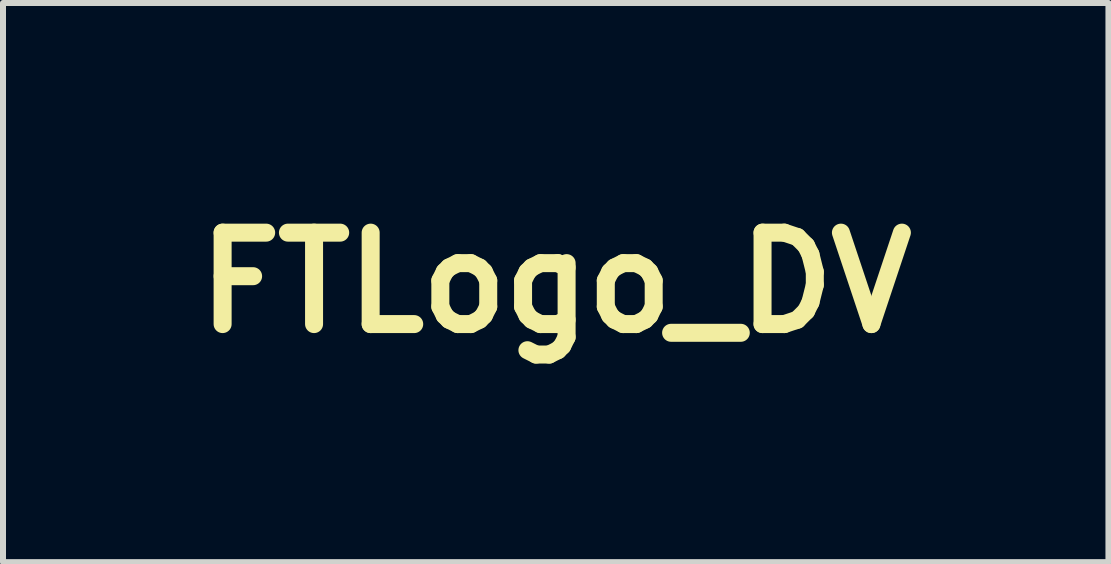
<source format=kicad_pcb>
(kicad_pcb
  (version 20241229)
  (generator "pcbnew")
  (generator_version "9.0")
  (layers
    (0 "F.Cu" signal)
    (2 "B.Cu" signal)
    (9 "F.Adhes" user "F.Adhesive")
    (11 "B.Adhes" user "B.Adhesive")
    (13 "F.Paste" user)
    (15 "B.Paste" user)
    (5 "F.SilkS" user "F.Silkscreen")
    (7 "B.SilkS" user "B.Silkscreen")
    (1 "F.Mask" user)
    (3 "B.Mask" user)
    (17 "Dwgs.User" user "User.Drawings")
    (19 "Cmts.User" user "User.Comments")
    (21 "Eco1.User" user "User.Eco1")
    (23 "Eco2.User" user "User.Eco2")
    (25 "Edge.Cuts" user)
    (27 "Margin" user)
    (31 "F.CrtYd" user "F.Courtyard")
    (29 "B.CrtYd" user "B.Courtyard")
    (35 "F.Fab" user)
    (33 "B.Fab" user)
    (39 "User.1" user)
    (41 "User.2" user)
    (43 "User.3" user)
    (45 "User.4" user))
  (footprint "FTLogo_DV"
    (layer "F.Cu")
    (at 6.212 1.662)
    (property "Reference" "FTLogo_DV" (at 0 0 0) (layer "F.SilkS") (effects (font (size 1.524 1.524) (thickness 0.3))))
    (attr through_hole)
    (fp_poly (pts (xy 1.161 1.04) (xy 0.689 1.04) (xy 0.689 1.651) (xy 0.472 1.651) (xy 0.472 1.04) (xy -0.454 1.04) (xy -0.454 1.651) (xy -0.671 1.651) (xy -0.671 1.04) (xy -1.143 1.04) (xy -1.143 0.835) (xy 1.161 0.835) (xy 1.161 1.04)) (stroke (width 0.01) (type solid)) (fill yes) (layer "F.Mask"))
    (fp_poly (pts (xy 1.397 1.439) (xy 2.159 1.439) (xy 2.159 0.835) (xy 2.377 0.835) (xy 2.376 1.151) (xy 2.374 1.467) (xy 2.356 1.5) (xy 2.33 1.537) (xy 2.297 1.573) (xy 2.259 1.605) (xy 2.222 1.627) (xy 2.18 1.648) (xy 1.787 1.65) (xy 1.394 1.651) (xy 1.345 1.627) (xy 1.295 1.596) (xy 1.253 1.558) (xy 1.22 1.512) (xy 1.197 1.462) (xy 1.185 1.407) (xy 1.185 1.404) (xy 1.184 1.388) (xy 1.183 1.361) (xy 1.182 1.326) (xy 1.181 1.283) (xy 1.18 1.234) (xy 1.18 1.18) (xy 1.18 1.124) (xy 1.18 1.096) (xy 1.179 0.835) (xy 1.397 0.835) (xy 1.397 1.439)) (stroke (width 0.01) (type solid)) (fill yes) (layer "F.Mask"))
    (fp_poly (pts (xy -3.695 1.04) (xy -4.62 1.04) (xy -4.62 1.131) (xy -3.695 1.131) (xy -3.695 1.337) (xy -4.62 1.337) (xy -4.62 1.651) (xy -4.838 1.651) (xy -4.838 1.399) (xy -4.838 1.32) (xy -4.837 1.252) (xy -4.837 1.195) (xy -4.835 1.147) (xy -4.834 1.106) (xy -4.831 1.072) (xy -4.828 1.045) (xy -4.825 1.022) (xy -4.82 1.003) (xy -4.815 0.986) (xy -4.809 0.972) (xy -4.808 0.97) (xy -4.793 0.944) (xy -4.775 0.921) (xy -4.764 0.91) (xy -4.726 0.883) (xy -4.682 0.861) (xy -4.635 0.846) (xy -4.608 0.841) (xy -4.594 0.84) (xy -4.569 0.839) (xy -4.534 0.838) (xy -4.49 0.837) (xy -4.438 0.836) (xy -4.379 0.836) (xy -4.314 0.835) (xy -4.244 0.835) (xy -4.17 0.835) (xy -4.129 0.835) (xy -3.695 0.835) (xy -3.695 1.04)) (stroke (width 0.01) (type solid)) (fill yes) (layer "F.Mask"))
    (fp_poly (pts (xy 2.938 0.836) (xy 3.438 0.838) (xy 3.478 0.857) (xy 3.526 0.885) (xy 3.563 0.919) (xy 3.591 0.961) (xy 3.61 1.011) (xy 3.614 1.028) (xy 3.619 1.061) (xy 3.618 1.093) (xy 3.613 1.128) (xy 3.601 1.168) (xy 3.594 1.188) (xy 3.576 1.237) (xy 3.596 1.276) (xy 3.619 1.329) (xy 3.631 1.378) (xy 3.633 1.426) (xy 3.624 1.472) (xy 3.623 1.475) (xy 3.602 1.522) (xy 3.571 1.563) (xy 3.53 1.598) (xy 3.479 1.626) (xy 3.462 1.633) (xy 3.426 1.648) (xy 2.932 1.65) (xy 2.437 1.652) (xy 2.437 1.349) (xy 2.649 1.349) (xy 2.649 1.439) (xy 3.405 1.439) (xy 3.405 1.349) (xy 2.649 1.349) (xy 2.437 1.349) (xy 2.437 1.04) (xy 2.649 1.04) (xy 2.649 1.131) (xy 3.393 1.131) (xy 3.393 1.04) (xy 2.649 1.04) (xy 2.437 1.04) (xy 2.437 0.834) (xy 2.938 0.836)) (stroke (width 0.01) (type solid)) (fill yes) (layer "F.Mask"))
    (fp_poly (pts (xy 4.693 0.859) (xy 4.74 0.891) (xy 4.779 0.93) (xy 4.808 0.975) (xy 4.827 1.025) (xy 4.832 1.051) (xy 4.834 1.069) (xy 4.835 1.098) (xy 4.837 1.133) (xy 4.838 1.172) (xy 4.838 1.213) (xy 4.838 1.22) (xy 4.838 1.349) (xy 3.907 1.349) (xy 3.907 1.439) (xy 4.838 1.439) (xy 4.838 1.651) (xy 4.41 1.65) (xy 4.338 1.65) (xy 4.268 1.649) (xy 4.201 1.649) (xy 4.139 1.649) (xy 4.082 1.648) (xy 4.033 1.648) (xy 3.991 1.647) (xy 3.958 1.646) (xy 3.936 1.646) (xy 3.928 1.645) (xy 3.899 1.643) (xy 3.877 1.639) (xy 3.857 1.632) (xy 3.836 1.621) (xy 3.835 1.621) (xy 3.801 1.599) (xy 3.766 1.57) (xy 3.737 1.538) (xy 3.716 1.51) (xy 3.701 1.483) (xy 3.704 1.04) (xy 3.907 1.04) (xy 3.907 1.131) (xy 4.62 1.131) (xy 4.62 1.04) (xy 3.907 1.04) (xy 3.704 1.04) (xy 3.704 0.993) (xy 3.731 0.953) (xy 3.758 0.919) (xy 3.791 0.891) (xy 3.831 0.868) (xy 3.863 0.854) (xy 3.904 0.838) (xy 4.279 0.838) (xy 4.654 0.838) (xy 4.693 0.859)) (stroke (width 0.01) (type solid)) (fill yes) (layer "F.Mask"))
    (fp_poly (pts (xy -1.497 -0.695) (xy -1.451 -0.676) (xy -1.397 -0.655) (xy -1.338 -0.634) (xy -1.279 -0.612) (xy -1.222 -0.593) (xy -1.17 -0.576) (xy -1.14 -0.566) (xy -1.116 -0.56) (xy -1.082 -0.551) (xy -1.04 -0.54) (xy -0.991 -0.528) (xy -0.937 -0.514) (xy -0.881 -0.501) (xy -0.824 -0.487) (xy -0.767 -0.473) (xy -0.712 -0.461) (xy -0.662 -0.449) (xy -0.617 -0.439) (xy -0.614 -0.439) (xy -0.557 -0.428) (xy -0.491 -0.417) (xy -0.415 -0.407) (xy -0.332 -0.398) (xy -0.243 -0.39) (xy -0.15 -0.382) (xy -0.054 -0.376) (xy 0.042 -0.37) (xy 0.138 -0.366) (xy 0.232 -0.364) (xy 0.318 -0.363) (xy 0.35 -0.363) (xy 0.381 -0.362) (xy 0.406 -0.361) (xy 0.422 -0.359) (xy 0.424 -0.359) (xy 0.447 -0.355) (xy 0.407 -0.306) (xy 0.39 -0.285) (xy 0.374 -0.268) (xy 0.362 -0.256) (xy 0.358 -0.253) (xy 0.349 -0.252) (xy 0.329 -0.251) (xy 0.302 -0.25) (xy 0.268 -0.25) (xy 0.229 -0.25) (xy 0.187 -0.25) (xy 0.144 -0.25) (xy 0.103 -0.251) (xy 0.079 -0.252) (xy -0.007 -0.256) (xy -0.102 -0.264) (xy -0.204 -0.275) (xy -0.312 -0.288) (xy -0.423 -0.303) (xy -0.535 -0.321) (xy -0.647 -0.341) (xy -0.755 -0.362) (xy -0.859 -0.384) (xy -0.95 -0.405) (xy -1.017 -0.423) (xy -1.091 -0.444) (xy -1.168 -0.468) (xy -1.247 -0.494) (xy -1.324 -0.52) (xy -1.397 -0.547) (xy -1.463 -0.572) (xy -1.511 -0.592) (xy -1.563 -0.614) (xy -1.565 -0.67) (xy -1.567 -0.725) (xy -1.497 -0.695)) (stroke (width 0.01) (type solid)) (fill yes) (layer "F.Mask"))
    (fp_poly (pts (xy -3.152 0.836) (xy -2.664 0.838) (xy -2.631 0.855) (xy -2.594 0.88) (xy -2.559 0.913) (xy -2.529 0.952) (xy -2.516 0.974) (xy -2.508 0.99) (xy -2.502 1.003) (xy -2.498 1.017) (xy -2.495 1.033) (xy -2.493 1.056) (xy -2.492 1.086) (xy -2.491 1.104) (xy -2.49 1.131) (xy -2.489 1.169) (xy -2.488 1.214) (xy -2.487 1.266) (xy -2.487 1.321) (xy -2.486 1.377) (xy -2.486 1.423) (xy -2.486 1.651) (xy -2.932 1.65) (xy -3.006 1.65) (xy -3.077 1.649) (xy -3.146 1.649) (xy -3.21 1.649) (xy -3.268 1.648) (xy -3.32 1.648) (xy -3.363 1.647) (xy -3.398 1.647) (xy -3.423 1.646) (xy -3.435 1.645) (xy -3.466 1.643) (xy -3.489 1.639) (xy -3.509 1.633) (xy -3.531 1.623) (xy -3.535 1.621) (xy -3.576 1.596) (xy -3.614 1.563) (xy -3.645 1.525) (xy -3.66 1.498) (xy -3.667 1.483) (xy -3.672 1.469) (xy -3.675 1.454) (xy -3.676 1.435) (xy -3.677 1.408) (xy -3.677 1.389) (xy -3.677 1.357) (xy -3.676 1.343) (xy -3.459 1.343) (xy -3.459 1.439) (xy -2.703 1.439) (xy -2.703 1.343) (xy -3.459 1.343) (xy -3.676 1.343) (xy -3.676 1.334) (xy -3.674 1.318) (xy -3.671 1.305) (xy -3.665 1.292) (xy -3.66 1.283) (xy -3.632 1.241) (xy -3.595 1.203) (xy -3.552 1.172) (xy -3.506 1.15) (xy -3.479 1.142) (xy -3.466 1.141) (xy -3.442 1.139) (xy -3.406 1.138) (xy -3.359 1.136) (xy -3.302 1.135) (xy -3.236 1.134) (xy -3.159 1.133) (xy -3.077 1.133) (xy -2.703 1.13) (xy -2.703 1.04) (xy -3.641 1.04) (xy -3.641 0.834) (xy -3.152 0.836)) (stroke (width 0.01) (type solid)) (fill yes) (layer "F.Mask"))
    (fp_poly (pts (xy -1.216 1.04) (xy -2.201 1.04) (xy -2.201 1.131) (xy -1.825 1.131) (xy -1.757 1.131) (xy -1.692 1.132) (xy -1.63 1.132) (xy -1.573 1.133) (xy -1.522 1.133) (xy -1.478 1.134) (xy -1.443 1.135) (xy -1.417 1.136) (xy -1.403 1.136) (xy -1.402 1.136) (xy -1.346 1.148) (xy -1.295 1.171) (xy -1.248 1.206) (xy -1.239 1.213) (xy -1.203 1.255) (xy -1.178 1.301) (xy -1.164 1.351) (xy -1.162 1.405) (xy -1.167 1.448) (xy -1.182 1.494) (xy -1.207 1.536) (xy -1.24 1.573) (xy -1.281 1.604) (xy -1.327 1.628) (xy -1.378 1.643) (xy -1.392 1.645) (xy -1.405 1.646) (xy -1.429 1.647) (xy -1.464 1.648) (xy -1.507 1.648) (xy -1.558 1.649) (xy -1.616 1.65) (xy -1.68 1.65) (xy -1.748 1.65) (xy -1.821 1.651) (xy -1.896 1.651) (xy -1.91 1.651) (xy -2.383 1.651) (xy -2.383 1.549) (xy -2.383 1.512) (xy -2.382 1.485) (xy -2.382 1.466) (xy -2.38 1.455) (xy -2.378 1.448) (xy -2.374 1.445) (xy -2.369 1.443) (xy -2.369 1.443) (xy -2.361 1.443) (xy -2.342 1.442) (xy -2.312 1.442) (xy -2.274 1.441) (xy -2.227 1.441) (xy -2.172 1.44) (xy -2.111 1.44) (xy -2.045 1.44) (xy -1.973 1.44) (xy -1.899 1.439) (xy -1.867 1.439) (xy -1.379 1.439) (xy -1.379 1.349) (xy -1.692 1.348) (xy -1.757 1.348) (xy -1.822 1.348) (xy -1.885 1.347) (xy -1.945 1.347) (xy -2 1.346) (xy -2.048 1.345) (xy -2.088 1.344) (xy -2.117 1.344) (xy -2.117 1.344) (xy -2.229 1.34) (xy -2.274 1.317) (xy -2.321 1.29) (xy -2.359 1.259) (xy -2.388 1.223) (xy -2.405 1.193) (xy -2.416 1.17) (xy -2.423 1.153) (xy -2.426 1.136) (xy -2.428 1.115) (xy -2.428 1.089) (xy -2.425 1.043) (xy -2.416 1.006) (xy -2.399 0.972) (xy -2.372 0.939) (xy -2.359 0.925) (xy -2.316 0.889) (xy -2.269 0.863) (xy -2.218 0.847) (xy -2.174 0.841) (xy -2.158 0.84) (xy -2.131 0.839) (xy -2.094 0.838) (xy -2.049 0.837) (xy -1.996 0.836) (xy -1.936 0.836) (xy -1.871 0.835) (xy -1.801 0.835) (xy -1.729 0.835) (xy -1.665 0.835) (xy -1.216 0.835) (xy -1.216 1.04)) (stroke (width 0.01) (type solid)) (fill yes) (layer "F.Mask"))
    (fp_poly (pts (xy -1.894 -1.145) (xy -1.896 -0.634) (xy -1.92 -0.613) (xy -1.939 -0.599) (xy -1.962 -0.588) (xy -1.99 -0.579) (xy -2.028 -0.572) (xy -2.068 -0.565) (xy -2.094 -0.563) (xy -2.13 -0.56) (xy -2.174 -0.557) (xy -2.223 -0.554) (xy -2.276 -0.551) (xy -2.331 -0.549) (xy -2.384 -0.547) (xy -2.435 -0.545) (xy -2.481 -0.544) (xy -2.501 -0.544) (xy -2.567 -0.544) (xy -2.534 -0.513) (xy -2.441 -0.434) (xy -2.34 -0.361) (xy -2.229 -0.293) (xy -2.109 -0.229) (xy -1.979 -0.171) (xy -1.84 -0.117) (xy -1.689 -0.068) (xy -1.528 -0.023) (xy -1.356 0.017) (xy -1.35 0.018) (xy -1.277 0.034) (xy -1.206 0.048) (xy -1.136 0.061) (xy -1.065 0.073) (xy -0.993 0.085) (xy -0.918 0.095) (xy -0.839 0.106) (xy -0.755 0.116) (xy -0.665 0.126) (xy -0.568 0.136) (xy -0.463 0.146) (xy -0.348 0.156) (xy -0.223 0.167) (xy -0.168 0.172) (xy -0.107 0.177) (xy -0.051 0.182) (xy 0.001 0.186) (xy 0.047 0.191) (xy 0.086 0.194) (xy 0.116 0.197) (xy 0.137 0.2) (xy 0.148 0.201) (xy 0.149 0.202) (xy 0.148 0.208) (xy 0.143 0.224) (xy 0.134 0.245) (xy 0.122 0.272) (xy 0.118 0.279) (xy 0.096 0.327) (xy 0.074 0.376) (xy 0.052 0.424) (xy 0.033 0.469) (xy 0.015 0.512) (xy -0.001 0.55) (xy -0.013 0.581) (xy -0.022 0.606) (xy -0.027 0.622) (xy -0.027 0.628) (xy -0.02 0.629) (xy -0.003 0.629) (xy 0.025 0.63) (xy 0.063 0.631) (xy 0.109 0.631) (xy 0.163 0.632) (xy 0.224 0.632) (xy 0.29 0.633) (xy 0.362 0.633) (xy 0.439 0.633) (xy 0.512 0.634) (xy 0.607 0.634) (xy 0.691 0.634) (xy 0.764 0.634) (xy 0.827 0.634) (xy 0.881 0.634) (xy 0.926 0.634) (xy 0.962 0.633) (xy 0.992 0.633) (xy 1.014 0.632) (xy 1.03 0.631) (xy 1.041 0.63) (xy 1.047 0.629) (xy 1.049 0.628) (xy 1.05 0.619) (xy 1.054 0.601) (xy 1.058 0.577) (xy 1.061 0.562) (xy 1.078 0.489) (xy 1.103 0.412) (xy 1.135 0.334) (xy 1.171 0.26) (xy 1.211 0.192) (xy 1.211 0.192) (xy 1.276 0.103) (xy 1.349 0.023) (xy 1.43 -0.049) (xy 1.517 -0.111) (xy 1.61 -0.165) (xy 1.708 -0.209) (xy 1.809 -0.243) (xy 1.914 -0.267) (xy 2.022 -0.28) (xy 2.13 -0.282) (xy 2.24 -0.273) (xy 2.316 -0.259) (xy 2.382 -0.243) (xy 2.444 -0.223) (xy 2.507 -0.198) (xy 2.567 -0.169) (xy 2.636 -0.133) (xy 2.696 -0.094) (xy 2.752 -0.051) (xy 2.808 -0.001) (xy 2.826 0.016) (xy 2.871 0.062) (xy 2.908 0.103) (xy 2.94 0.142) (xy 2.968 0.181) (xy 2.994 0.224) (xy 3.02 0.273) (xy 3.046 0.324) (xy 3.069 0.374) (xy 3.088 0.423) (xy 3.104 0.473) (xy 3.118 0.529) (xy 3.127 0.572) (xy 3.141 0.635) (xy 4.352 0.635) (xy 4.407 0.522) (xy 4.437 0.458) (xy 4.461 0.404) (xy 4.479 0.358) (xy 4.491 0.32) (xy 4.496 0.296) (xy 4.496 0.277) (xy 4.487 0.259) (xy 4.47 0.24) (xy 4.442 0.218) (xy 4.434 0.212) (xy 4.382 0.18) (xy 4.32 0.147) (xy 4.247 0.112) (xy 4.164 0.076) (xy 4.073 0.039) (xy 3.973 0.001) (xy 3.865 -0.038) (xy 3.75 -0.077) (xy 3.629 -0.116) (xy 3.503 -0.155) (xy 3.372 -0.193) (xy 3.237 -0.231) (xy 3.098 -0.268) (xy 2.957 -0.304) (xy 2.814 -0.339) (xy 2.67 -0.372) (xy 2.658 -0.374) (xy 2.514 -0.405) (xy 2.367 -0.434) (xy 2.218 -0.461) (xy 2.069 -0.486) (xy 1.919 -0.51) (xy 1.772 -0.531) (xy 1.627 -0.549) (xy 1.487 -0.565) (xy 1.352 -0.579) (xy 1.225 -0.589) (xy 1.105 -0.596) (xy 0.996 -0.6) (xy 0.937 -0.601) (xy 0.879 -0.601) (xy 0.832 -0.601) (xy 0.793 -0.599) (xy 0.762 -0.596) (xy 0.736 -0.592) (xy 0.713 -0.585) (xy 0.693 -0.577) (xy 0.673 -0.566) (xy 0.653 -0.553) (xy 0.651 -0.552) (xy 0.624 -0.533) (xy 0.597 -0.513) (xy 0.573 -0.495) (xy 0.566 -0.49) (xy 0.541 -0.471) (xy 0.522 -0.457) (xy 0.507 -0.448) (xy 0.492 -0.444) (xy 0.475 -0.442) (xy 0.452 -0.442) (xy 0.428 -0.443) (xy 0.399 -0.445) (xy 0.376 -0.446) (xy 0.359 -0.448) (xy 0.352 -0.45) (xy 0.354 -0.456) (xy 0.364 -0.468) (xy 0.38 -0.485) (xy 0.401 -0.506) (xy 0.425 -0.529) (xy 0.45 -0.552) (xy 0.475 -0.574) (xy 0.498 -0.594) (xy 0.518 -0.61) (xy 0.532 -0.62) (xy 0.574 -0.645) (xy 0.616 -0.668) (xy 0.656 -0.686) (xy 0.69 -0.698) (xy 0.726 -0.706) (xy 0.774 -0.711) (xy 0.833 -0.715) (xy 0.901 -0.716) (xy 0.978 -0.715) (xy 1.063 -0.712) (xy 1.156 -0.706) (xy 1.256 -0.699) (xy 1.362 -0.69) (xy 1.473 -0.679) (xy 1.59 -0.666) (xy 1.71 -0.652) (xy 1.834 -0.635) (xy 1.96 -0.617) (xy 2.008 -0.61) (xy 2.146 -0.589) (xy 2.275 -0.567) (xy 2.397 -0.545) (xy 2.517 -0.522) (xy 2.635 -0.498) (xy 2.757 -0.471) (xy 2.839 -0.453) (xy 3.043 -0.405) (xy 3.235 -0.357) (xy 3.415 -0.309) (xy 3.584 -0.261) (xy 3.741 -0.214) (xy 3.886 -0.167) (xy 4.019 -0.12) (xy 4.14 -0.073) (xy 4.249 -0.027) (xy 4.321 0.006) (xy 4.377 0.035) (xy 4.431 0.066) (xy 4.48 0.097) (xy 4.523 0.128) (xy 4.561 0.158) (xy 4.59 0.186) (xy 4.611 0.211) (xy 4.623 0.233) (xy 4.624 0.238) (xy 4.625 0.258) (xy 4.622 0.283) (xy 4.615 0.313) (xy 4.603 0.35) (xy 4.586 0.393) (xy 4.564 0.445) (xy 4.535 0.506) (xy 4.526 0.525) (xy 4.51 0.558) (xy 4.497 0.587) (xy 4.486 0.61) (xy 4.478 0.626) (xy 4.475 0.633) (xy 4.475 0.633) (xy 4.481 0.633) (xy 4.497 0.634) (xy 4.523 0.634) (xy 4.556 0.635) (xy 4.595 0.635) (xy 4.639 0.635) (xy 4.654 0.635) (xy 4.832 0.635) (xy 4.832 0.683) (xy -4.838 0.683) (xy -4.838 0.635) (xy -4.593 0.635) (xy -4.591 0.625) (xy -4.47 0.625) (xy -4.468 0.63) (xy -4.467 0.63) (xy -4.461 0.631) (xy -4.442 0.631) (xy -4.413 0.632) (xy -4.374 0.632) (xy -4.326 0.633) (xy -4.268 0.633) (xy -4.202 0.633) (xy -4.129 0.634) (xy -4.049 0.634) (xy -3.962 0.634) (xy -3.87 0.635) (xy -3.773 0.635) (xy -3.672 0.635) (xy -3.567 0.635) (xy -3.497 0.635) (xy -3.369 0.635) (xy -3.253 0.635) (xy -3.148 0.635) (xy -3.053 0.635) (xy -2.968 0.635) (xy -2.893 0.634) (xy -2.826 0.634) (xy -2.768 0.634) (xy -2.718 0.634) (xy -2.675 0.633) (xy -2.64 0.633) (xy -2.61 0.632) (xy -2.586 0.632) (xy -2.567 0.631) (xy -2.553 0.63) (xy -2.544 0.629) (xy -2.537 0.628) (xy -2.534 0.627) (xy -2.534 0.626) (xy -2.536 0.605) (xy -2.542 0.575) (xy -2.552 0.538) (xy -2.564 0.497) (xy -2.578 0.455) (xy -2.593 0.413) (xy -2.608 0.374) (xy -2.623 0.34) (xy -2.629 0.328) (xy -2.682 0.236) (xy -2.745 0.151) (xy -2.817 0.073) (xy -2.896 0.003) (xy -2.982 -0.058) (xy -3.074 -0.11) (xy -3.171 -0.152) (xy -3.272 -0.183) (xy -3.296 -0.188) (xy -3.318 -0.193) (xy -3.339 -0.196) (xy -3.36 -0.199) (xy -3.385 -0.201) (xy -3.414 -0.202) (xy -3.452 -0.202) (xy -3.498 -0.202) (xy -3.502 -0.202) (xy -3.551 -0.202) (xy -3.59 -0.202) (xy -3.622 -0.201) (xy -3.647 -0.199) (xy -3.669 -0.196) (xy -3.689 -0.193) (xy -3.695 -0.191) (xy -3.803 -0.162) (xy -3.904 -0.123) (xy -4 -0.073) (xy -4.088 -0.015) (xy -4.169 0.052) (xy -4.242 0.128) (xy -4.307 0.211) (xy -4.362 0.301) (xy -4.408 0.398) (xy -4.444 0.501) (xy -4.46 0.562) (xy -4.467 0.592) (xy -4.47 0.613) (xy -4.47 0.625) (xy -4.591 0.625) (xy -4.582 0.576) (xy -4.569 0.519) (xy -4.55 0.456) (xy -4.527 0.391) (xy -4.501 0.326) (xy -4.473 0.263) (xy -4.444 0.207) (xy -4.415 0.159) (xy -4.408 0.147) (xy -4.373 0.102) (xy -4.333 0.054) (xy -4.289 0.007) (xy -4.245 -0.036) (xy -4.218 -0.06) (xy -4.128 -0.129) (xy -4.036 -0.187) (xy -3.942 -0.234) (xy -3.843 -0.271) (xy -3.739 -0.298) (xy -3.627 -0.317) (xy -3.578 -0.322) (xy -3.472 -0.325) (xy -3.365 -0.317) (xy -3.259 -0.297) (xy -3.154 -0.267) (xy -3.051 -0.226) (xy -2.952 -0.176) (xy -2.858 -0.116) (xy -2.774 -0.05) (xy -2.715 0.007) (xy -2.656 0.074) (xy -2.601 0.149) (xy -2.551 0.229) (xy -2.51 0.305) (xy -2.496 0.337) (xy -2.481 0.376) (xy -2.467 0.419) (xy -2.453 0.463) (xy -2.44 0.507) (xy -2.43 0.548) (xy -2.423 0.583) (xy -2.419 0.61) (xy -2.419 0.617) (xy -2.419 0.635) (xy -2.395 0.635) (xy 1.166 0.635) (xy 3.024 0.635) (xy 3.02 0.618) (xy 3.003 0.546) (xy 2.985 0.482) (xy 2.965 0.426) (xy 2.943 0.374) (xy 2.918 0.324) (xy 2.888 0.273) (xy 2.873 0.249) (xy 2.847 0.213) (xy 2.813 0.172) (xy 2.775 0.13) (xy 2.734 0.089) (xy 2.693 0.051) (xy 2.654 0.018) (xy 2.649 0.015) (xy 2.612 -0.011) (xy 2.566 -0.038) (xy 2.517 -0.065) (xy 2.468 -0.089) (xy 2.423 -0.108) (xy 2.413 -0.112) (xy 2.311 -0.142) (xy 2.208 -0.16) (xy 2.105 -0.167) (xy 2.002 -0.163) (xy 1.901 -0.147) (xy 1.802 -0.121) (xy 1.707 -0.083) (xy 1.615 -0.035) (xy 1.529 0.023) (xy 1.449 0.091) (xy 1.383 0.161) (xy 1.324 0.238) (xy 1.272 0.32) (xy 1.23 0.405) (xy 1.197 0.492) (xy 1.175 0.58) (xy 1.17 0.607) (xy 1.166 0.635) (xy -2.395 0.635) (xy -1.288 0.634) (xy -0.157 0.632) (xy -0.121 0.539) (xy -0.105 0.5) (xy -0.088 0.458) (xy -0.071 0.416) (xy -0.056 0.381) (xy -0.053 0.373) (xy -0.021 0.299) (xy -0.26 0.279) (xy -0.416 0.266) (xy -0.562 0.252) (xy -0.697 0.238) (xy -0.824 0.223) (xy -0.943 0.208) (xy -1.054 0.191) (xy -1.161 0.174) (xy -1.262 0.155) (xy -1.36 0.136) (xy -1.448 0.116) (xy -1.613 0.074) (xy -1.769 0.028) (xy -1.916 -0.022) (xy -2.053 -0.077) (xy -2.181 -0.136) (xy -2.299 -0.198) (xy -2.406 -0.264) (xy -2.503 -0.333) (xy -2.525 -0.351) (xy -2.554 -0.376) (xy -2.584 -0.403) (xy -2.614 -0.432) (xy -2.642 -0.46) (xy -2.668 -0.486) (xy -2.688 -0.509) (xy -2.702 -0.527) (xy -2.707 -0.536) (xy -2.713 -0.565) (xy -2.708 -0.591) (xy -2.693 -0.612) (xy -2.682 -0.622) (xy -2.669 -0.63) (xy -2.654 -0.637) (xy -2.636 -0.643) (xy -2.613 -0.648) (xy -2.585 -0.652) (xy -2.55 -0.655) (xy -2.507 -0.658) (xy -2.455 -0.661) (xy -2.393 -0.663) (xy -2.321 -0.665) (xy -2.253 -0.667) (xy -2.197 -0.669) (xy -2.151 -0.671) (xy -2.114 -0.674) (xy -2.085 -0.677) (xy -2.063 -0.68) (xy -2.046 -0.684) (xy -2.035 -0.689) (xy -2.027 -0.694) (xy -2.021 -0.701) (xy -2.019 -0.707) (xy -2.017 -0.716) (xy -2.016 -0.738) (xy -2.015 -0.771) (xy -2.014 -0.817) (xy -2.012 -0.873) (xy -2.011 -0.942) (xy -2.011 -1.021) (xy -2.01 -1.112) (xy -2.009 -1.19) (xy -2.006 -1.657) (xy -1.892 -1.657) (xy -1.894 -1.145)) (stroke (width 0.01) (type solid)) (fill yes) (layer "F.Mask")))
  (gr_rect
    (start -3 -3)
    (end 15.424 6.319)
    (stroke (width 0.1) (type default))
    (fill no)
    (layer "Edge.Cuts")))
</source>
